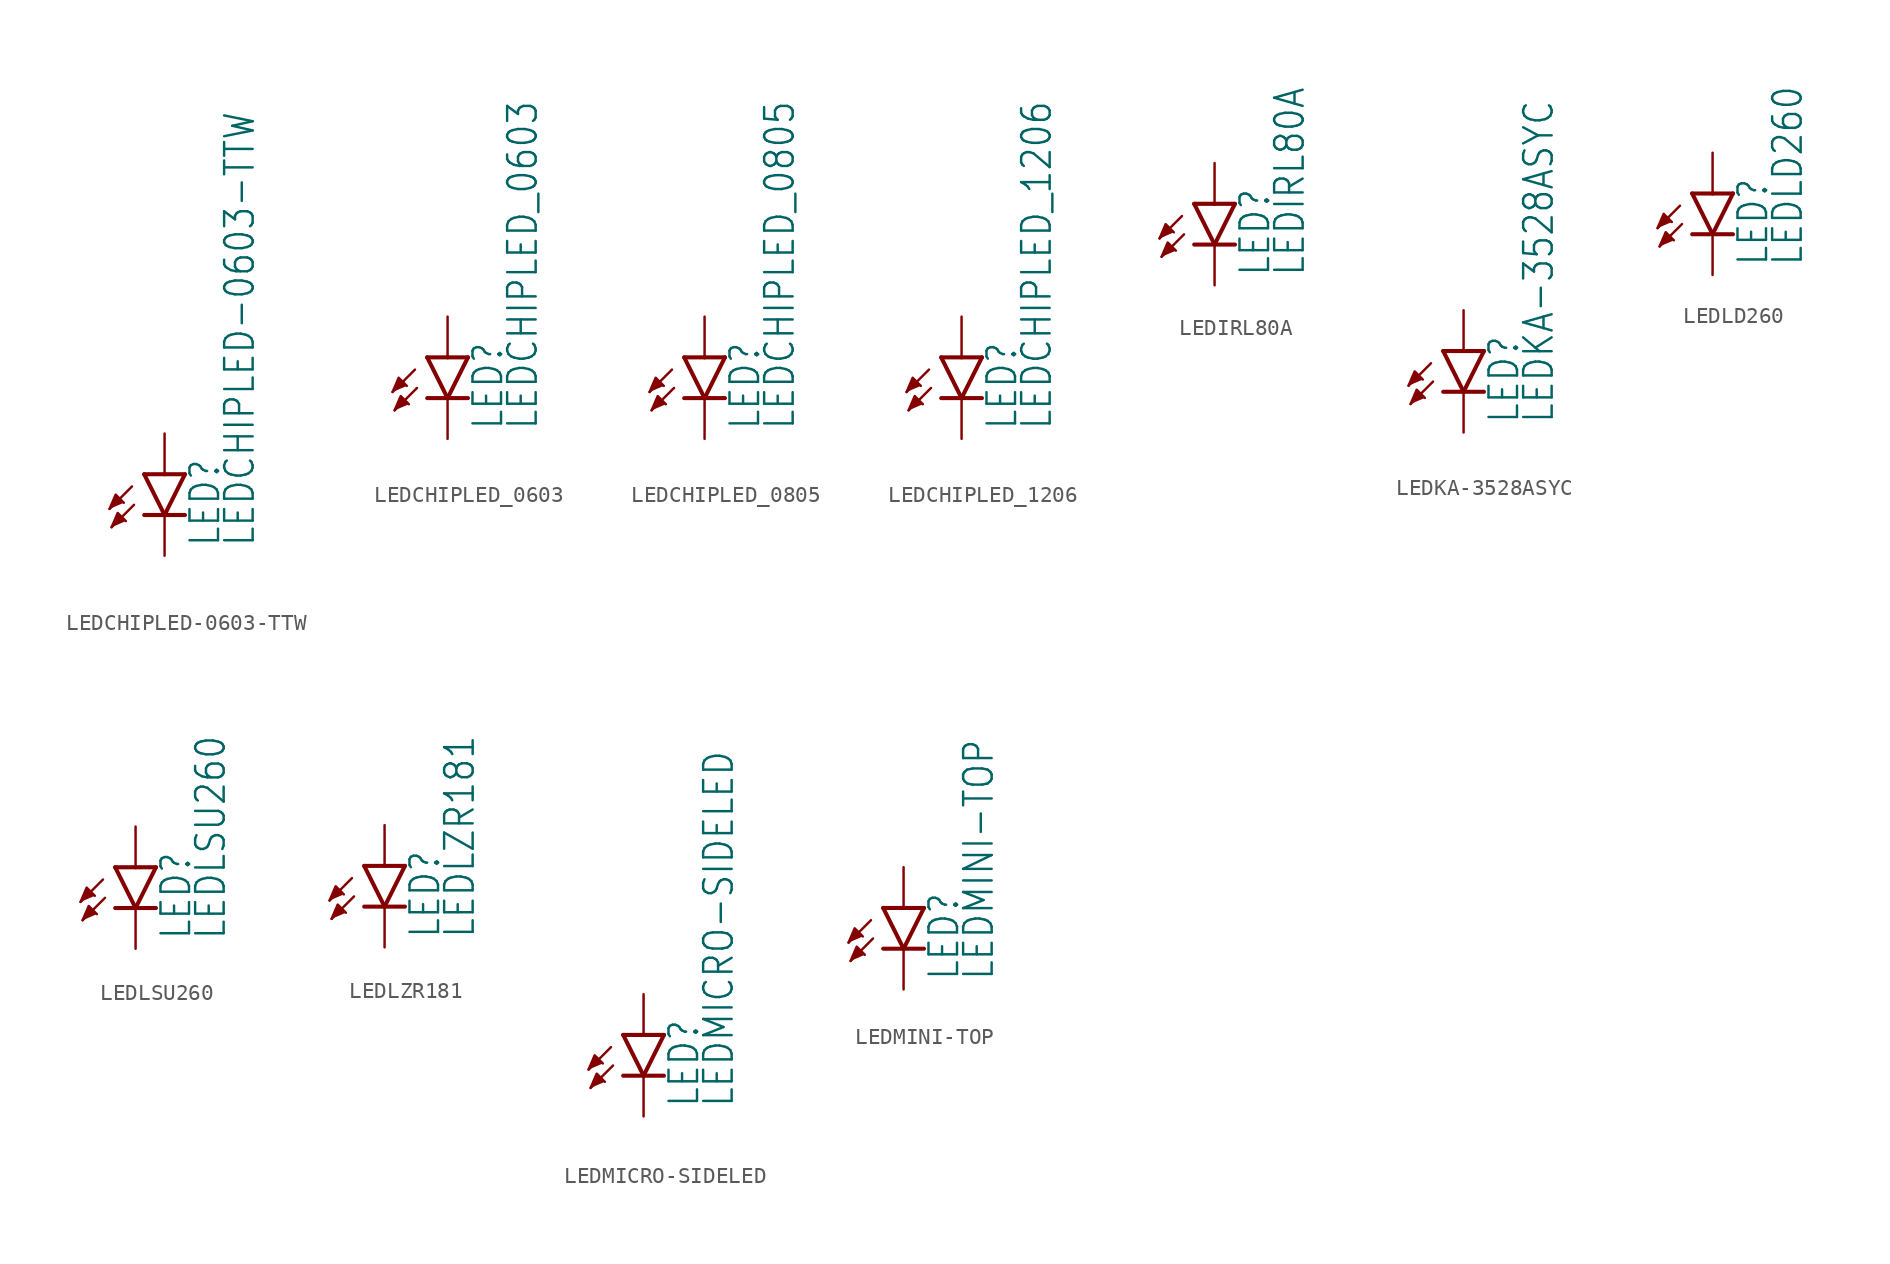
<source format=kicad_sym>
(kicad_symbol_lib
  (version 20200126)
  (host kicad_symbol_editor "(5.99.0-2281-g2f31bf278-dirty)")
  (symbol "LEDCHIPLED-0603-TTW"
    (property "Reference" "LED"
      (at 3.556 -4.572 90)
      (effects (font (size 1.778 1.511)) (justify left bottom)))
    (property "Value" "LEDCHIPLED-0603-TTW"
      (at 5.715 -4.572 90)
      (effects (font (size 1.778 1.511)) (justify left bottom)))
    (property "ki_locked" ""
      (at 0 0 0)
      (effects (font (size 1.27 1.27))))
    (symbol "LEDCHIPLED-0603-TTW_1_0"
      (polyline (pts (xy 1.27 0) (xy 0 -2.54)) (stroke (width 0.254)) (fill (type none)))
      (polyline (pts (xy 0 -2.54) (xy -1.27 0)) (stroke (width 0.254)) (fill (type none)))
      (polyline (pts (xy 1.27 -2.54) (xy 0 -2.54)) (stroke (width 0.254)) (fill (type none)))
      (polyline (pts (xy 0 -2.54) (xy -1.27 -2.54)) (stroke (width 0.254)) (fill (type none)))
      (polyline (pts (xy 1.27 0) (xy 0 0)) (stroke (width 0.254)) (fill (type none)))
      (polyline (pts (xy 0 0) (xy -1.27 0)) (stroke (width 0.254)) (fill (type none)))
      (polyline (pts (xy -2.032 -0.762) (xy -3.429 -2.159)) (stroke (width 0.152)) (fill (type none)))
      (polyline (pts (xy -1.905 -1.905) (xy -3.302 -3.302)) (stroke (width 0.152)) (fill (type none)))
      (polyline (pts (xy -3.429 -2.159) (xy -3.048 -1.27) (xy -2.54 -1.778)) (stroke (width 0)) (fill (type outline)))
      (polyline (pts (xy -3.302 -3.302) (xy -2.921 -2.413) (xy -2.413 -2.921)) (stroke (width 0)) (fill (type outline)))
      (pin passive line (at 0 -5.08 90) (length 2.54) (name "C" (effects (font (size 0 0)))) (number "C@1" (effects (font (size 0 0)))))
      (pin passive line (at 0 2.54 270) (length 2.54) (name "A" (effects (font (size 0 0)))) (number "A@1" (effects (font (size 0 0)))))))
  (symbol "LEDCHIPLED_0603"
    (property "Reference" "LED"
      (at 3.556 -4.572 90)
      (effects (font (size 1.778 1.511)) (justify left bottom)))
    (property "Value" "LEDCHIPLED_0603"
      (at 5.715 -4.572 90)
      (effects (font (size 1.778 1.511)) (justify left bottom)))
    (property "ki_locked" ""
      (at 0 0 0)
      (effects (font (size 1.27 1.27))))
    (symbol "LEDCHIPLED_0603_1_0"
      (polyline (pts (xy 1.27 0) (xy 0 -2.54)) (stroke (width 0.254)) (fill (type none)))
      (polyline (pts (xy 0 -2.54) (xy -1.27 0)) (stroke (width 0.254)) (fill (type none)))
      (polyline (pts (xy 1.27 -2.54) (xy 0 -2.54)) (stroke (width 0.254)) (fill (type none)))
      (polyline (pts (xy 0 -2.54) (xy -1.27 -2.54)) (stroke (width 0.254)) (fill (type none)))
      (polyline (pts (xy 1.27 0) (xy 0 0)) (stroke (width 0.254)) (fill (type none)))
      (polyline (pts (xy 0 0) (xy -1.27 0)) (stroke (width 0.254)) (fill (type none)))
      (polyline (pts (xy -2.032 -0.762) (xy -3.429 -2.159)) (stroke (width 0.152)) (fill (type none)))
      (polyline (pts (xy -1.905 -1.905) (xy -3.302 -3.302)) (stroke (width 0.152)) (fill (type none)))
      (polyline (pts (xy -3.429 -2.159) (xy -3.048 -1.27) (xy -2.54 -1.778)) (stroke (width 0)) (fill (type outline)))
      (polyline (pts (xy -3.302 -3.302) (xy -2.921 -2.413) (xy -2.413 -2.921)) (stroke (width 0)) (fill (type outline)))
      (pin passive line (at 0 -5.08 90) (length 2.54) (name "C" (effects (font (size 0 0)))) (number "C" (effects (font (size 0 0)))))
      (pin passive line (at 0 2.54 270) (length 2.54) (name "A" (effects (font (size 0 0)))) (number "A" (effects (font (size 0 0)))))))
  (symbol "LEDCHIPLED_0805"
    (property "Reference" "LED"
      (at 3.556 -4.572 90)
      (effects (font (size 1.778 1.511)) (justify left bottom)))
    (property "Value" "LEDCHIPLED_0805"
      (at 5.715 -4.572 90)
      (effects (font (size 1.778 1.511)) (justify left bottom)))
    (property "ki_locked" ""
      (at 0 0 0)
      (effects (font (size 1.27 1.27))))
    (symbol "LEDCHIPLED_0805_1_0"
      (polyline (pts (xy 1.27 0) (xy 0 -2.54)) (stroke (width 0.254)) (fill (type none)))
      (polyline (pts (xy 0 -2.54) (xy -1.27 0)) (stroke (width 0.254)) (fill (type none)))
      (polyline (pts (xy 1.27 -2.54) (xy 0 -2.54)) (stroke (width 0.254)) (fill (type none)))
      (polyline (pts (xy 0 -2.54) (xy -1.27 -2.54)) (stroke (width 0.254)) (fill (type none)))
      (polyline (pts (xy 1.27 0) (xy 0 0)) (stroke (width 0.254)) (fill (type none)))
      (polyline (pts (xy 0 0) (xy -1.27 0)) (stroke (width 0.254)) (fill (type none)))
      (polyline (pts (xy -2.032 -0.762) (xy -3.429 -2.159)) (stroke (width 0.152)) (fill (type none)))
      (polyline (pts (xy -1.905 -1.905) (xy -3.302 -3.302)) (stroke (width 0.152)) (fill (type none)))
      (polyline (pts (xy -3.429 -2.159) (xy -3.048 -1.27) (xy -2.54 -1.778)) (stroke (width 0)) (fill (type outline)))
      (polyline (pts (xy -3.302 -3.302) (xy -2.921 -2.413) (xy -2.413 -2.921)) (stroke (width 0)) (fill (type outline)))
      (pin passive line (at 0 -5.08 90) (length 2.54) (name "C" (effects (font (size 0 0)))) (number "C" (effects (font (size 0 0)))))
      (pin passive line (at 0 2.54 270) (length 2.54) (name "A" (effects (font (size 0 0)))) (number "A" (effects (font (size 0 0)))))))
  (symbol "LEDCHIPLED_1206"
    (property "Reference" "LED"
      (at 3.556 -4.572 90)
      (effects (font (size 1.778 1.511)) (justify left bottom)))
    (property "Value" "LEDCHIPLED_1206"
      (at 5.715 -4.572 90)
      (effects (font (size 1.778 1.511)) (justify left bottom)))
    (property "ki_locked" ""
      (at 0 0 0)
      (effects (font (size 1.27 1.27))))
    (symbol "LEDCHIPLED_1206_1_0"
      (polyline (pts (xy 1.27 0) (xy 0 -2.54)) (stroke (width 0.254)) (fill (type none)))
      (polyline (pts (xy 0 -2.54) (xy -1.27 0)) (stroke (width 0.254)) (fill (type none)))
      (polyline (pts (xy 1.27 -2.54) (xy 0 -2.54)) (stroke (width 0.254)) (fill (type none)))
      (polyline (pts (xy 0 -2.54) (xy -1.27 -2.54)) (stroke (width 0.254)) (fill (type none)))
      (polyline (pts (xy 1.27 0) (xy 0 0)) (stroke (width 0.254)) (fill (type none)))
      (polyline (pts (xy 0 0) (xy -1.27 0)) (stroke (width 0.254)) (fill (type none)))
      (polyline (pts (xy -2.032 -0.762) (xy -3.429 -2.159)) (stroke (width 0.152)) (fill (type none)))
      (polyline (pts (xy -1.905 -1.905) (xy -3.302 -3.302)) (stroke (width 0.152)) (fill (type none)))
      (polyline (pts (xy -3.429 -2.159) (xy -3.048 -1.27) (xy -2.54 -1.778)) (stroke (width 0)) (fill (type outline)))
      (polyline (pts (xy -3.302 -3.302) (xy -2.921 -2.413) (xy -2.413 -2.921)) (stroke (width 0)) (fill (type outline)))
      (pin passive line (at 0 -5.08 90) (length 2.54) (name "C" (effects (font (size 0 0)))) (number "C" (effects (font (size 0 0)))))
      (pin passive line (at 0 2.54 270) (length 2.54) (name "A" (effects (font (size 0 0)))) (number "A" (effects (font (size 0 0)))))))
  (symbol "LEDIRL80A"
    (property "Reference" "LED"
      (at 3.556 -4.572 90)
      (effects (font (size 1.778 1.511)) (justify left bottom)))
    (property "Value" "LEDIRL80A"
      (at 5.715 -4.572 90)
      (effects (font (size 1.778 1.511)) (justify left bottom)))
    (property "ki_locked" ""
      (at 0 0 0)
      (effects (font (size 1.27 1.27))))
    (symbol "LEDIRL80A_1_0"
      (polyline (pts (xy 1.27 0) (xy 0 -2.54)) (stroke (width 0.254)) (fill (type none)))
      (polyline (pts (xy 0 -2.54) (xy -1.27 0)) (stroke (width 0.254)) (fill (type none)))
      (polyline (pts (xy 1.27 -2.54) (xy 0 -2.54)) (stroke (width 0.254)) (fill (type none)))
      (polyline (pts (xy 0 -2.54) (xy -1.27 -2.54)) (stroke (width 0.254)) (fill (type none)))
      (polyline (pts (xy 1.27 0) (xy 0 0)) (stroke (width 0.254)) (fill (type none)))
      (polyline (pts (xy 0 0) (xy -1.27 0)) (stroke (width 0.254)) (fill (type none)))
      (polyline (pts (xy -2.032 -0.762) (xy -3.429 -2.159)) (stroke (width 0.152)) (fill (type none)))
      (polyline (pts (xy -1.905 -1.905) (xy -3.302 -3.302)) (stroke (width 0.152)) (fill (type none)))
      (polyline (pts (xy -3.429 -2.159) (xy -3.048 -1.27) (xy -2.54 -1.778)) (stroke (width 0)) (fill (type outline)))
      (polyline (pts (xy -3.302 -3.302) (xy -2.921 -2.413) (xy -2.413 -2.921)) (stroke (width 0)) (fill (type outline)))
      (pin passive line (at 0 -5.08 90) (length 2.54) (name "C" (effects (font (size 0 0)))) (number "K" (effects (font (size 0 0)))))
      (pin passive line (at 0 2.54 270) (length 2.54) (name "A" (effects (font (size 0 0)))) (number "A" (effects (font (size 0 0)))))))
  (symbol "LEDKA-3528ASYC"
    (property "Reference" "LED"
      (at 3.556 -4.572 90)
      (effects (font (size 1.778 1.511)) (justify left bottom)))
    (property "Value" "LEDKA-3528ASYC"
      (at 5.715 -4.572 90)
      (effects (font (size 1.778 1.511)) (justify left bottom)))
    (property "ki_locked" ""
      (at 0 0 0)
      (effects (font (size 1.27 1.27))))
    (symbol "LEDKA-3528ASYC_1_0"
      (polyline (pts (xy 1.27 0) (xy 0 -2.54)) (stroke (width 0.254)) (fill (type none)))
      (polyline (pts (xy 0 -2.54) (xy -1.27 0)) (stroke (width 0.254)) (fill (type none)))
      (polyline (pts (xy 1.27 -2.54) (xy 0 -2.54)) (stroke (width 0.254)) (fill (type none)))
      (polyline (pts (xy 0 -2.54) (xy -1.27 -2.54)) (stroke (width 0.254)) (fill (type none)))
      (polyline (pts (xy 1.27 0) (xy 0 0)) (stroke (width 0.254)) (fill (type none)))
      (polyline (pts (xy 0 0) (xy -1.27 0)) (stroke (width 0.254)) (fill (type none)))
      (polyline (pts (xy -2.032 -0.762) (xy -3.429 -2.159)) (stroke (width 0.152)) (fill (type none)))
      (polyline (pts (xy -1.905 -1.905) (xy -3.302 -3.302)) (stroke (width 0.152)) (fill (type none)))
      (polyline (pts (xy -3.429 -2.159) (xy -3.048 -1.27) (xy -2.54 -1.778)) (stroke (width 0)) (fill (type outline)))
      (polyline (pts (xy -3.302 -3.302) (xy -2.921 -2.413) (xy -2.413 -2.921)) (stroke (width 0)) (fill (type outline)))
      (pin passive line (at 0 -5.08 90) (length 2.54) (name "C" (effects (font (size 0 0)))) (number "C" (effects (font (size 0 0)))))
      (pin passive line (at 0 2.54 270) (length 2.54) (name "A" (effects (font (size 0 0)))) (number "A" (effects (font (size 0 0)))))))
  (symbol "LEDLD260"
    (property "Reference" "LED"
      (at 3.556 -4.572 90)
      (effects (font (size 1.778 1.511)) (justify left bottom)))
    (property "Value" "LEDLD260"
      (at 5.715 -4.572 90)
      (effects (font (size 1.778 1.511)) (justify left bottom)))
    (property "ki_locked" ""
      (at 0 0 0)
      (effects (font (size 1.27 1.27))))
    (symbol "LEDLD260_1_0"
      (polyline (pts (xy 1.27 0) (xy 0 -2.54)) (stroke (width 0.254)) (fill (type none)))
      (polyline (pts (xy 0 -2.54) (xy -1.27 0)) (stroke (width 0.254)) (fill (type none)))
      (polyline (pts (xy 1.27 -2.54) (xy 0 -2.54)) (stroke (width 0.254)) (fill (type none)))
      (polyline (pts (xy 0 -2.54) (xy -1.27 -2.54)) (stroke (width 0.254)) (fill (type none)))
      (polyline (pts (xy 1.27 0) (xy 0 0)) (stroke (width 0.254)) (fill (type none)))
      (polyline (pts (xy 0 0) (xy -1.27 0)) (stroke (width 0.254)) (fill (type none)))
      (polyline (pts (xy -2.032 -0.762) (xy -3.429 -2.159)) (stroke (width 0.152)) (fill (type none)))
      (polyline (pts (xy -1.905 -1.905) (xy -3.302 -3.302)) (stroke (width 0.152)) (fill (type none)))
      (polyline (pts (xy -3.429 -2.159) (xy -3.048 -1.27) (xy -2.54 -1.778)) (stroke (width 0)) (fill (type outline)))
      (polyline (pts (xy -3.302 -3.302) (xy -2.921 -2.413) (xy -2.413 -2.921)) (stroke (width 0)) (fill (type outline)))
      (pin passive line (at 0 -5.08 90) (length 2.54) (name "C" (effects (font (size 0 0)))) (number "K" (effects (font (size 0 0)))))
      (pin passive line (at 0 2.54 270) (length 2.54) (name "A" (effects (font (size 0 0)))) (number "A" (effects (font (size 0 0)))))))
  (symbol "LEDLSU260"
    (property "Reference" "LED"
      (at 3.556 -4.572 90)
      (effects (font (size 1.778 1.511)) (justify left bottom)))
    (property "Value" "LEDLSU260"
      (at 5.715 -4.572 90)
      (effects (font (size 1.778 1.511)) (justify left bottom)))
    (property "ki_locked" ""
      (at 0 0 0)
      (effects (font (size 1.27 1.27))))
    (symbol "LEDLSU260_1_0"
      (polyline (pts (xy 1.27 0) (xy 0 -2.54)) (stroke (width 0.254)) (fill (type none)))
      (polyline (pts (xy 0 -2.54) (xy -1.27 0)) (stroke (width 0.254)) (fill (type none)))
      (polyline (pts (xy 1.27 -2.54) (xy 0 -2.54)) (stroke (width 0.254)) (fill (type none)))
      (polyline (pts (xy 0 -2.54) (xy -1.27 -2.54)) (stroke (width 0.254)) (fill (type none)))
      (polyline (pts (xy 1.27 0) (xy 0 0)) (stroke (width 0.254)) (fill (type none)))
      (polyline (pts (xy 0 0) (xy -1.27 0)) (stroke (width 0.254)) (fill (type none)))
      (polyline (pts (xy -2.032 -0.762) (xy -3.429 -2.159)) (stroke (width 0.152)) (fill (type none)))
      (polyline (pts (xy -1.905 -1.905) (xy -3.302 -3.302)) (stroke (width 0.152)) (fill (type none)))
      (polyline (pts (xy -3.429 -2.159) (xy -3.048 -1.27) (xy -2.54 -1.778)) (stroke (width 0)) (fill (type outline)))
      (polyline (pts (xy -3.302 -3.302) (xy -2.921 -2.413) (xy -2.413 -2.921)) (stroke (width 0)) (fill (type outline)))
      (pin passive line (at 0 -5.08 90) (length 2.54) (name "C" (effects (font (size 0 0)))) (number "K" (effects (font (size 0 0)))))
      (pin passive line (at 0 2.54 270) (length 2.54) (name "A" (effects (font (size 0 0)))) (number "A" (effects (font (size 0 0)))))))
  (symbol "LEDLZR181"
    (property "Reference" "LED"
      (at 3.556 -4.572 90)
      (effects (font (size 1.778 1.511)) (justify left bottom)))
    (property "Value" "LEDLZR181"
      (at 5.715 -4.572 90)
      (effects (font (size 1.778 1.511)) (justify left bottom)))
    (property "ki_locked" ""
      (at 0 0 0)
      (effects (font (size 1.27 1.27))))
    (symbol "LEDLZR181_1_0"
      (polyline (pts (xy 1.27 0) (xy 0 -2.54)) (stroke (width 0.254)) (fill (type none)))
      (polyline (pts (xy 0 -2.54) (xy -1.27 0)) (stroke (width 0.254)) (fill (type none)))
      (polyline (pts (xy 1.27 -2.54) (xy 0 -2.54)) (stroke (width 0.254)) (fill (type none)))
      (polyline (pts (xy 0 -2.54) (xy -1.27 -2.54)) (stroke (width 0.254)) (fill (type none)))
      (polyline (pts (xy 1.27 0) (xy 0 0)) (stroke (width 0.254)) (fill (type none)))
      (polyline (pts (xy 0 0) (xy -1.27 0)) (stroke (width 0.254)) (fill (type none)))
      (polyline (pts (xy -2.032 -0.762) (xy -3.429 -2.159)) (stroke (width 0.152)) (fill (type none)))
      (polyline (pts (xy -1.905 -1.905) (xy -3.302 -3.302)) (stroke (width 0.152)) (fill (type none)))
      (polyline (pts (xy -3.429 -2.159) (xy -3.048 -1.27) (xy -2.54 -1.778)) (stroke (width 0)) (fill (type outline)))
      (polyline (pts (xy -3.302 -3.302) (xy -2.921 -2.413) (xy -2.413 -2.921)) (stroke (width 0)) (fill (type outline)))
      (pin passive line (at 0 -5.08 90) (length 2.54) (name "C" (effects (font (size 0 0)))) (number "K" (effects (font (size 0 0)))))
      (pin passive line (at 0 2.54 270) (length 2.54) (name "A" (effects (font (size 0 0)))) (number "A" (effects (font (size 0 0)))))))
  (symbol "LEDMICRO-SIDELED"
    (property "Reference" "LED"
      (at 3.556 -4.572 90)
      (effects (font (size 1.778 1.511)) (justify left bottom)))
    (property "Value" "LEDMICRO-SIDELED"
      (at 5.715 -4.572 90)
      (effects (font (size 1.778 1.511)) (justify left bottom)))
    (property "ki_locked" ""
      (at 0 0 0)
      (effects (font (size 1.27 1.27))))
    (symbol "LEDMICRO-SIDELED_1_0"
      (polyline (pts (xy 1.27 0) (xy 0 -2.54)) (stroke (width 0.254)) (fill (type none)))
      (polyline (pts (xy 0 -2.54) (xy -1.27 0)) (stroke (width 0.254)) (fill (type none)))
      (polyline (pts (xy 1.27 -2.54) (xy 0 -2.54)) (stroke (width 0.254)) (fill (type none)))
      (polyline (pts (xy 0 -2.54) (xy -1.27 -2.54)) (stroke (width 0.254)) (fill (type none)))
      (polyline (pts (xy 1.27 0) (xy 0 0)) (stroke (width 0.254)) (fill (type none)))
      (polyline (pts (xy 0 0) (xy -1.27 0)) (stroke (width 0.254)) (fill (type none)))
      (polyline (pts (xy -2.032 -0.762) (xy -3.429 -2.159)) (stroke (width 0.152)) (fill (type none)))
      (polyline (pts (xy -1.905 -1.905) (xy -3.302 -3.302)) (stroke (width 0.152)) (fill (type none)))
      (polyline (pts (xy -3.429 -2.159) (xy -3.048 -1.27) (xy -2.54 -1.778)) (stroke (width 0)) (fill (type outline)))
      (polyline (pts (xy -3.302 -3.302) (xy -2.921 -2.413) (xy -2.413 -2.921)) (stroke (width 0)) (fill (type outline)))
      (pin passive line (at 0 -5.08 90) (length 2.54) (name "C" (effects (font (size 0 0)))) (number "C" (effects (font (size 0 0)))))
      (pin passive line (at 0 2.54 270) (length 2.54) (name "A" (effects (font (size 0 0)))) (number "A" (effects (font (size 0 0)))))))
  (symbol "LEDMINI-TOP"
    (property "Reference" "LED"
      (at 3.556 -4.572 90)
      (effects (font (size 1.778 1.511)) (justify left bottom)))
    (property "Value" "LEDMINI-TOP"
      (at 5.715 -4.572 90)
      (effects (font (size 1.778 1.511)) (justify left bottom)))
    (property "ki_locked" ""
      (at 0 0 0)
      (effects (font (size 1.27 1.27))))
    (symbol "LEDMINI-TOP_1_0"
      (polyline (pts (xy 1.27 0) (xy 0 -2.54)) (stroke (width 0.254)) (fill (type none)))
      (polyline (pts (xy 0 -2.54) (xy -1.27 0)) (stroke (width 0.254)) (fill (type none)))
      (polyline (pts (xy 1.27 -2.54) (xy 0 -2.54)) (stroke (width 0.254)) (fill (type none)))
      (polyline (pts (xy 0 -2.54) (xy -1.27 -2.54)) (stroke (width 0.254)) (fill (type none)))
      (polyline (pts (xy 1.27 0) (xy 0 0)) (stroke (width 0.254)) (fill (type none)))
      (polyline (pts (xy 0 0) (xy -1.27 0)) (stroke (width 0.254)) (fill (type none)))
      (polyline (pts (xy -2.032 -0.762) (xy -3.429 -2.159)) (stroke (width 0.152)) (fill (type none)))
      (polyline (pts (xy -1.905 -1.905) (xy -3.302 -3.302)) (stroke (width 0.152)) (fill (type none)))
      (polyline (pts (xy -3.429 -2.159) (xy -3.048 -1.27) (xy -2.54 -1.778)) (stroke (width 0)) (fill (type outline)))
      (polyline (pts (xy -3.302 -3.302) (xy -2.921 -2.413) (xy -2.413 -2.921)) (stroke (width 0)) (fill (type outline)))
      (pin passive line (at 0 -5.08 90) (length 2.54) (name "C" (effects (font (size 0 0)))) (number "C" (effects (font (size 0 0)))))
      (pin passive line (at 0 2.54 270) (length 2.54) (name "A" (effects (font (size 0 0)))) (number "A" (effects (font (size 0 0))))))))
</source>
